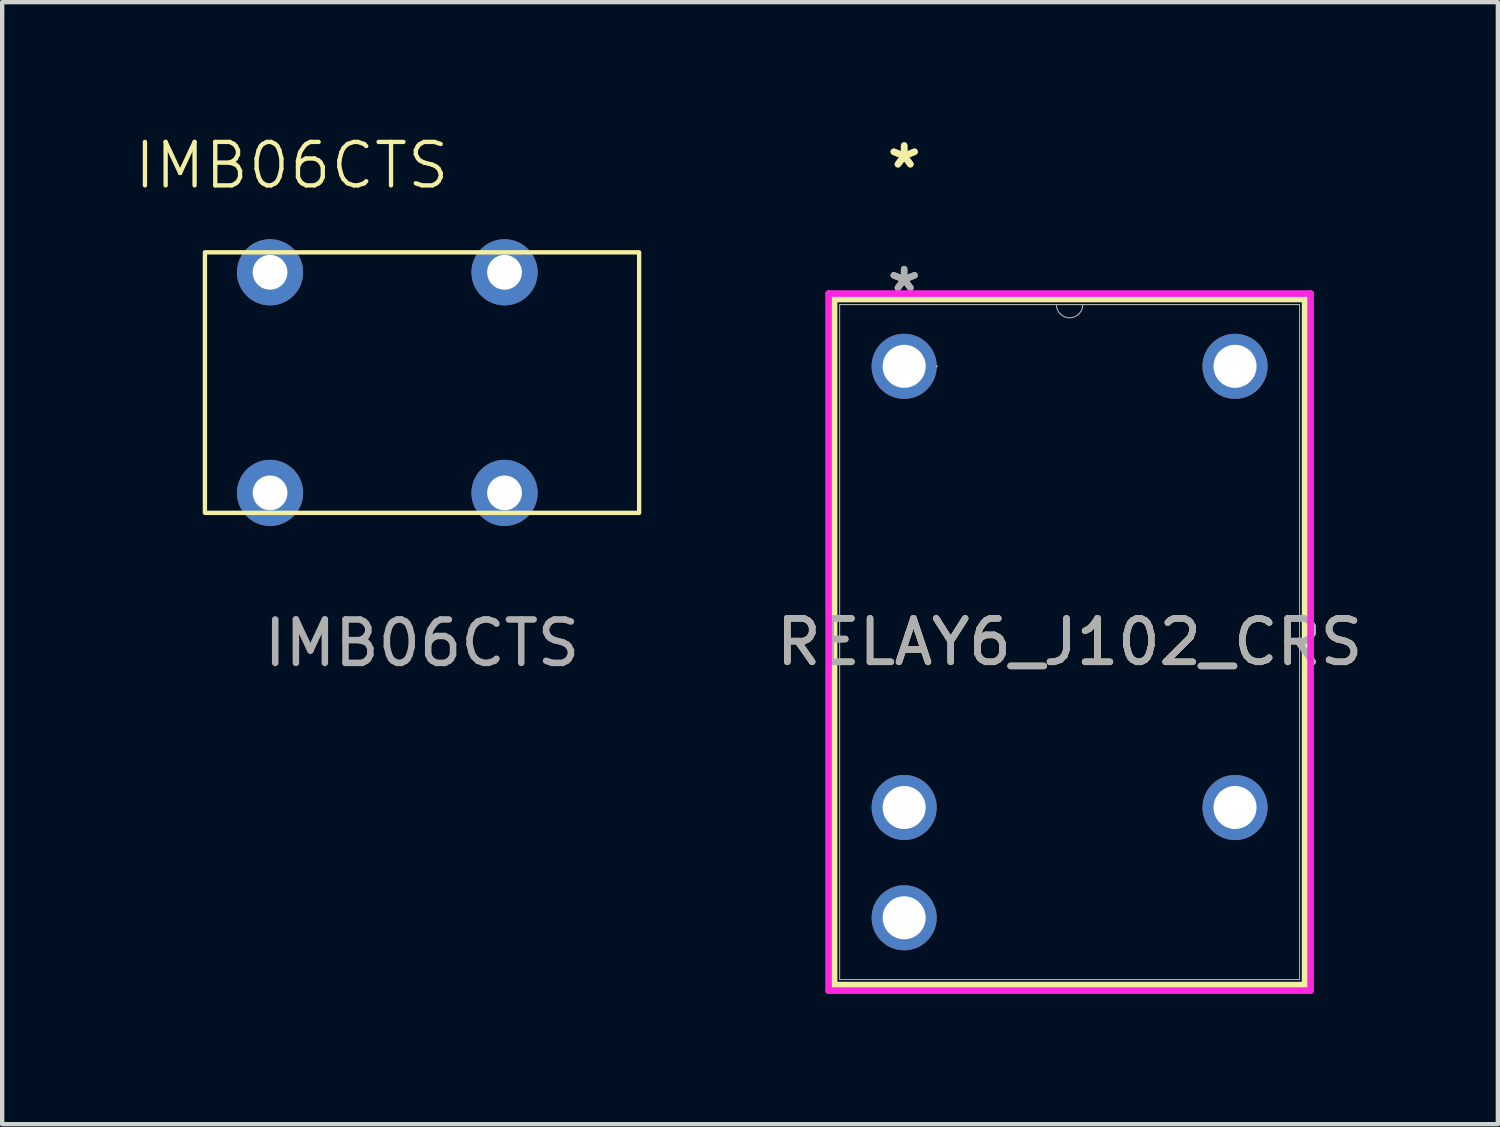
<source format=kicad_pcb>
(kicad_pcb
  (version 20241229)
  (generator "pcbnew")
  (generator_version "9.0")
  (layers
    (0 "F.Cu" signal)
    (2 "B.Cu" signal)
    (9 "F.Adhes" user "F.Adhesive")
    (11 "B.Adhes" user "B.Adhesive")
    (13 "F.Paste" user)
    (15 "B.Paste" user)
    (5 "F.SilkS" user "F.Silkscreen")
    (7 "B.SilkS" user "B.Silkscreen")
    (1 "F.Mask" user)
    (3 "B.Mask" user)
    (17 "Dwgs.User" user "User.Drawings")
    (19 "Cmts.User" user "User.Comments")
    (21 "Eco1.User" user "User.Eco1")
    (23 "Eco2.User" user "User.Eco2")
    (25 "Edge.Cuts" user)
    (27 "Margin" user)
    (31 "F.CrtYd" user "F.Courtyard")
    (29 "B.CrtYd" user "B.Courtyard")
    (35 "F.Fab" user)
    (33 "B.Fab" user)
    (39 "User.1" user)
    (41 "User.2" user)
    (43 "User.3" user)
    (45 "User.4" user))
  (footprint "IMB06CTS"
    (layer "F.Cu")
    (at 6.669 5.761)
    (property "Reference" "IMB06CTS" (at -3 -5 0) (unlocked yes) (layer "F.SilkS") (effects (font (size 1 1) (thickness 0.1))))
    (attr through_hole)
    (fp_rect (start -5 -3) (end 5 3) (stroke (width 0.1) (type default)) (fill no) (layer "F.SilkS"))
    (fp_text user "${REFERENCE}" (at 0 6 0) (unlocked yes) (layer "F.Fab") (effects (font (size 1 1) (thickness 0.15))))
    (pad "13" thru_hole circle (at 1.9 -2.54) (size 1.524 1.524) (drill 0.8) (layers "*.Cu" "*.Mask"))
    (pad "14" thru_hole circle (at 1.9 2.54) (size 1.524 1.524) (drill 0.8) (layers "*.Cu" "*.Mask"))
    (pad "A1" thru_hole circle (at -3.5 -2.54) (size 1.524 1.524) (drill 0.8) (layers "*.Cu" "*.Mask"))
    (pad "A2" thru_hole circle (at -3.5 2.54) (size 1.524 1.524) (drill 0.8) (layers "*.Cu" "*.Mask")))
  (footprint "RELAY6_J102_CRS"
    (layer "F.Cu")
    (at 17.772 5.386)
    (property "Reference" "RELAY6_J102_CRS" (at 3.81 6.35 0) (unlocked yes) (layer "F.SilkS") (effects (font (size 1 1) (thickness 0.15))))
    (attr through_hole)
    (fp_line (start -1.613 -1.549) (end -1.613 14.249) (stroke (width 0.152) (type solid)) (layer "F.SilkS"))
    (fp_line (start -1.613 14.249) (end 9.233 14.249) (stroke (width 0.152) (type solid)) (layer "F.SilkS"))
    (fp_line (start 9.233 -1.549) (end -1.613 -1.549) (stroke (width 0.152) (type solid)) (layer "F.SilkS"))
    (fp_line (start 9.233 14.249) (end 9.233 -1.549) (stroke (width 0.152) (type solid)) (layer "F.SilkS"))
    (fp_line (start -1.74 -1.676) (end 9.36 -1.676) (stroke (width 0.152) (type solid)) (layer "F.CrtYd"))
    (fp_line (start -1.74 14.376) (end -1.74 -1.676) (stroke (width 0.152) (type solid)) (layer "F.CrtYd"))
    (fp_line (start 9.36 -1.676) (end 9.36 14.376) (stroke (width 0.152) (type solid)) (layer "F.CrtYd"))
    (fp_line (start 9.36 14.376) (end -1.74 14.376) (stroke (width 0.152) (type solid)) (layer "F.CrtYd"))
    (fp_line (start -1.486 -1.422) (end -1.486 14.122) (stroke (width 0.025) (type solid)) (layer "F.Fab"))
    (fp_line (start -1.486 14.122) (end 9.106 14.122) (stroke (width 0.025) (type solid)) (layer "F.Fab"))
    (fp_line (start 9.106 -1.422) (end -1.486 -1.422) (stroke (width 0.025) (type solid)) (layer "F.Fab"))
    (fp_line (start 9.106 14.122) (end 9.106 -1.422) (stroke (width 0.025) (type solid)) (layer "F.Fab"))
    (fp_arc (start 4.1148 -1.4224) (mid 3.81 -1.1176) (end 3.5052 -1.4224) (stroke (width 0.0254) (type solid)) (layer "F.Fab"))
    (fp_circle (center 0.749 0) (end 0.749 0) (stroke (width 0.025) (type solid)) (fill no) (layer "F.Fab"))
    (fp_text user "*" (at 0 -4.538 0) (layer "F.SilkS") (effects (font (size 1 1) (thickness 0.15))))
    (fp_text user "*" (at 0 -4.538 0) (unlocked yes) (layer "F.SilkS") (effects (font (size 1 1) (thickness 0.15))))
    (fp_text user "*" (at 0 -1.693 0) (unlocked yes) (layer "F.Fab") (effects (font (size 1 1) (thickness 0.15))))
    (fp_text user "*" (at 0 -1.693 0) (layer "F.Fab") (effects (font (size 1 1) (thickness 0.15))))
    (fp_text user "${REFERENCE}" (at 3.81 6.35 0) (unlocked yes) (layer "F.Fab") (effects (font (size 1 1) (thickness 0.15))))
    (pad "13" thru_hole circle (at 0 0) (size 1.499 1.499) (drill 0.991) (layers "*.Cu" "*.Mask"))
    (pad "13" thru_hole circle (at 7.62 0) (size 1.499 1.499) (drill 0.991) (layers "*.Cu" "*.Mask"))
    (pad "14" thru_hole circle (at 0 12.7) (size 1.499 1.499) (drill 0.991) (layers "*.Cu" "*.Mask"))
    (pad "A1" thru_hole circle (at 0 10.16) (size 1.499 1.499) (drill 0.991) (layers "*.Cu" "*.Mask"))
    (pad "A2" thru_hole circle (at 7.62 10.16) (size 1.499 1.499) (drill 0.991) (layers "*.Cu" "*.Mask")))
  (gr_rect
    (start -3 -3)
    (end 31.445 22.839)
    (stroke (width 0.1) (type default))
    (fill no)
    (layer "Edge.Cuts")))
</source>
